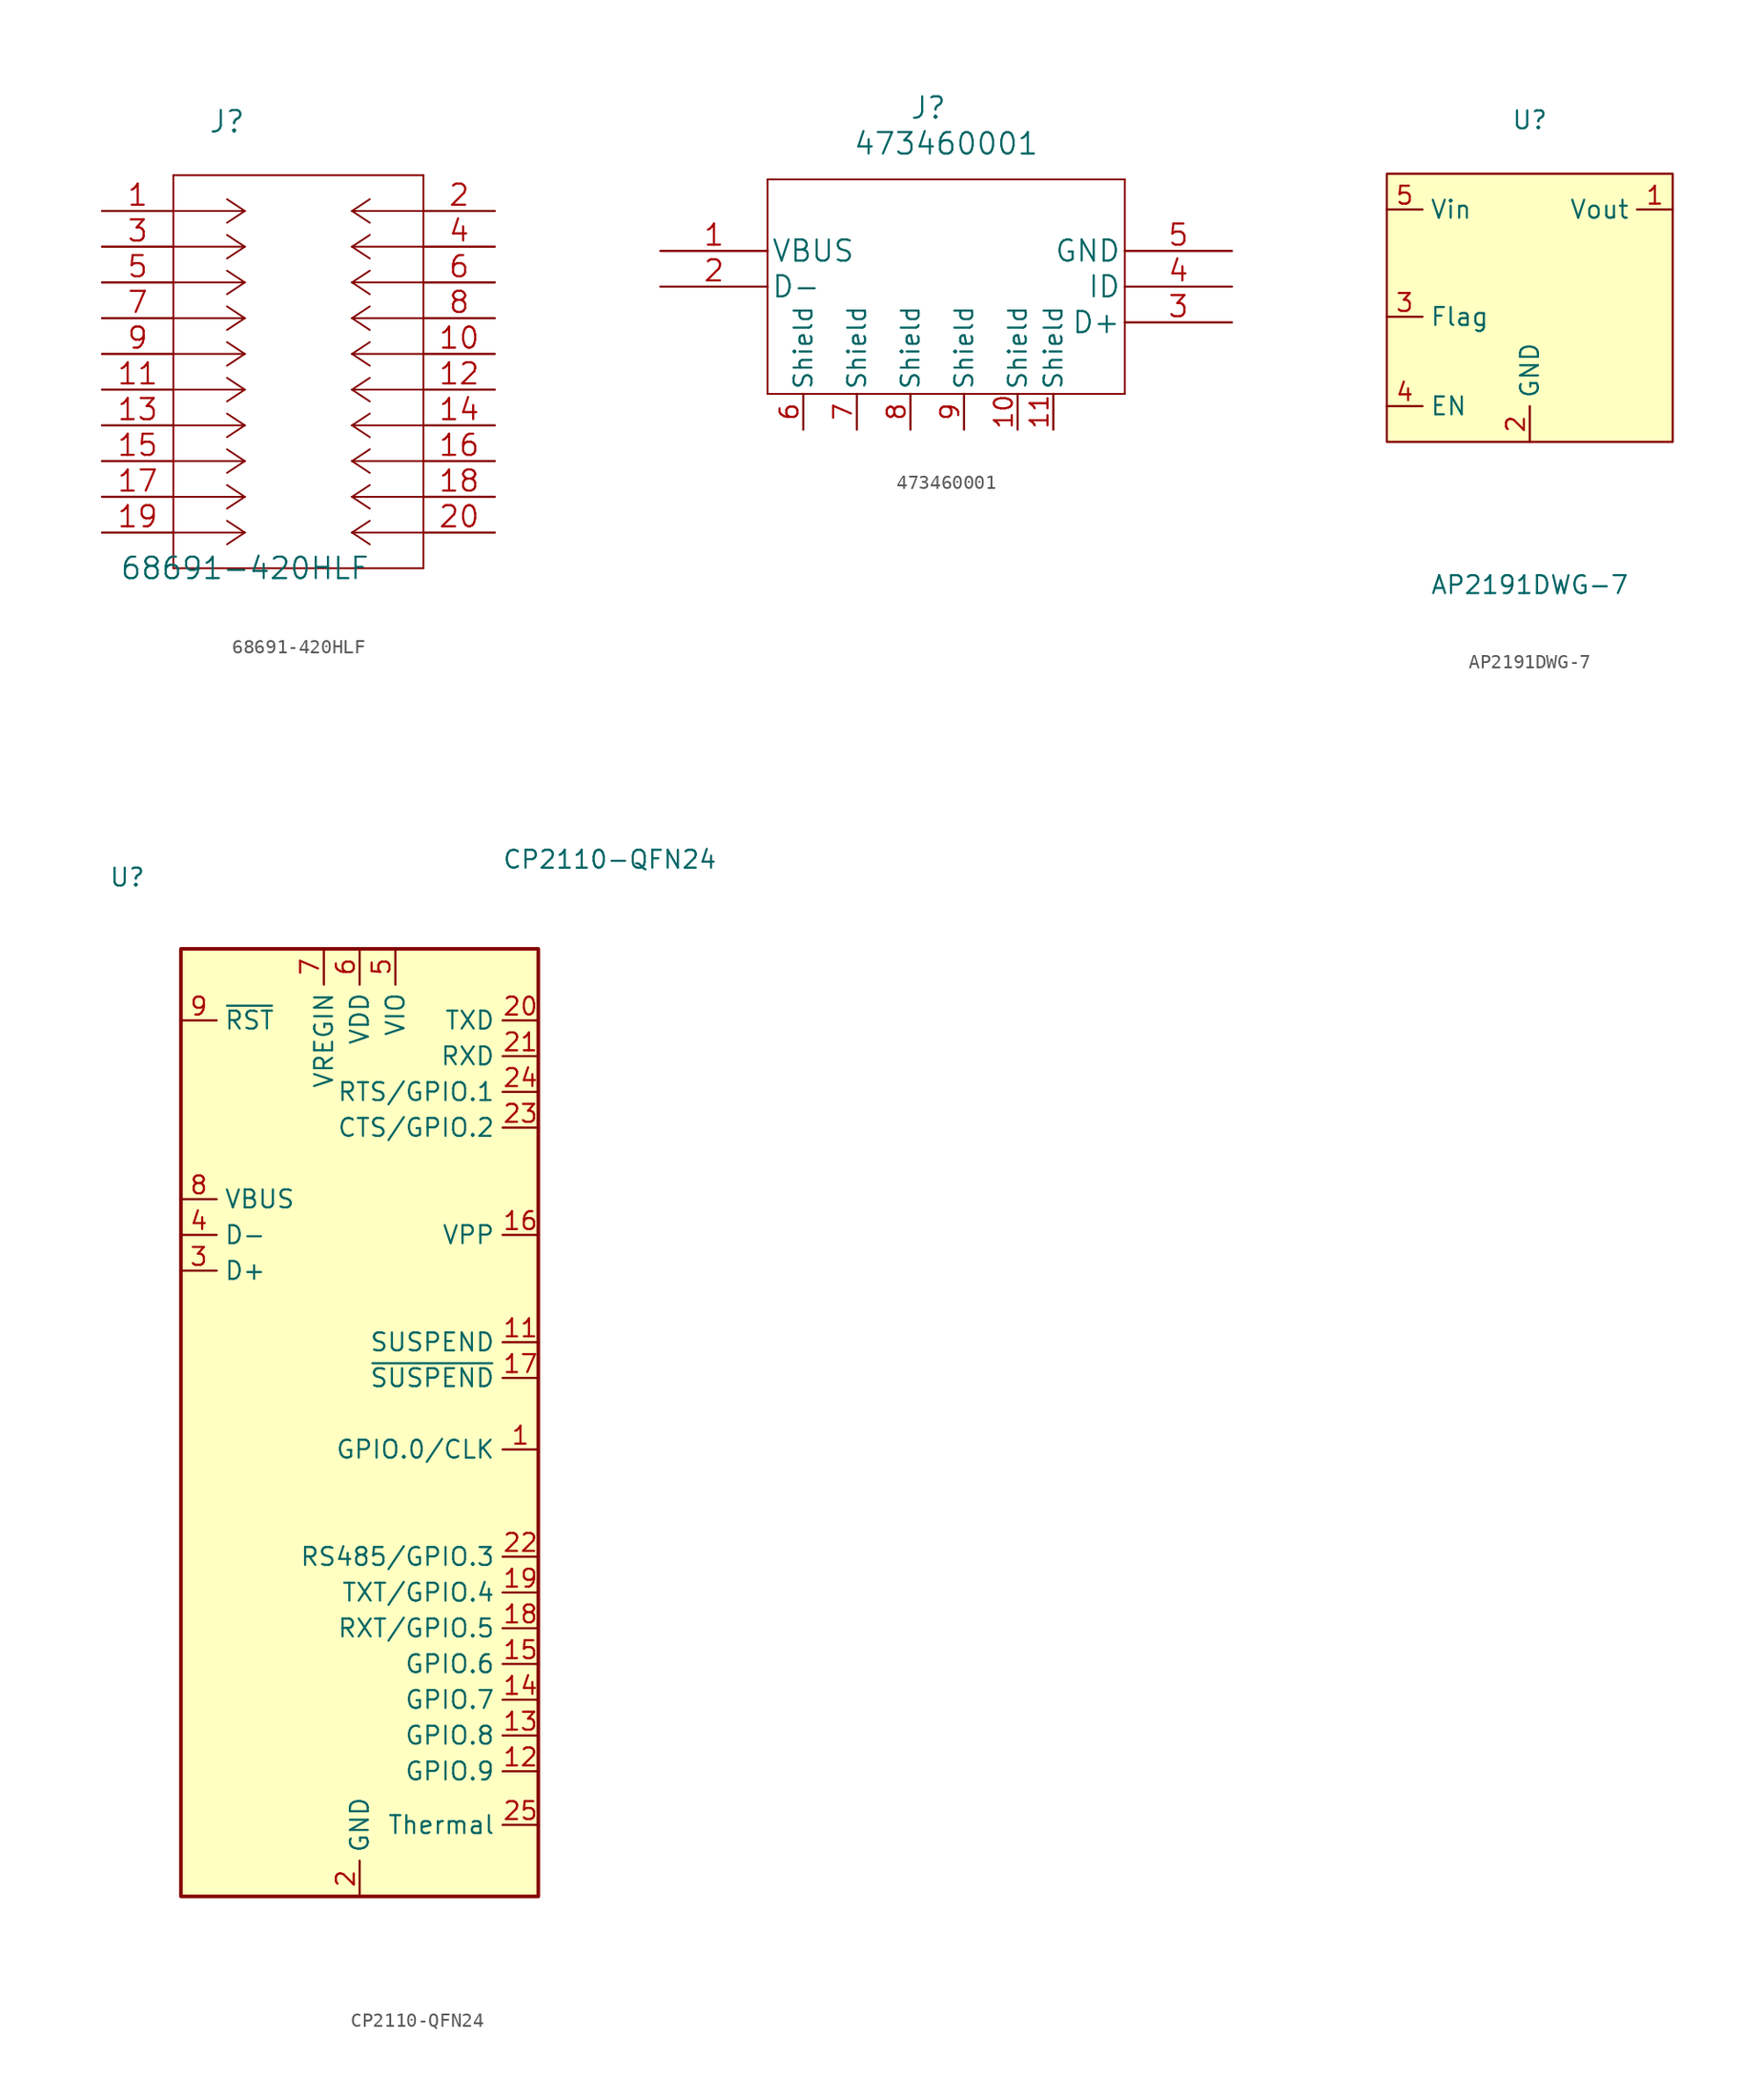
<source format=kicad_sym>
(kicad_symbol_lib
  (version 20211014)
  (generator kicad_symbol_editor)
  (symbol "68691-420HLF"
    (pin_names
      (offset 0.254) hide)
    (property "Reference" "J"
      (at -6.35 19.05 0)
      (effects (font (size 1.524 1.524))))
    (property "Value" "68691-420HLF"
      (at -5.08 -12.7 0)
      (effects (font (size 1.524 1.524))))
    (property "Datasheet" ""
      (at -15.24 12.7 0)
      (effects (font (size 1.524 1.524))))
    (symbol "68691-420HLF_1_1"
      (polyline (pts (xy -10.16 15.24) (xy -10.16 -12.7)) (stroke (width 0.127) (type default) (color 0 0 0 0)) (fill (type none)))
      (polyline (pts (xy -5.08 -10.16) (xy -10.16 -10.16)) (stroke (width 0.127) (type default) (color 0 0 0 0)) (fill (type none)))
      (polyline (pts (xy -5.08 -10.16) (xy -6.35 -10.998)) (stroke (width 0.127) (type default) (color 0 0 0 0)) (fill (type none)))
      (polyline (pts (xy -5.08 -10.16) (xy -6.35 -9.322)) (stroke (width 0.127) (type default) (color 0 0 0 0)) (fill (type none)))
      (polyline (pts (xy -5.08 -7.62) (xy -10.16 -7.62)) (stroke (width 0.127) (type default) (color 0 0 0 0)) (fill (type none)))
      (polyline (pts (xy -5.08 -7.62) (xy -6.35 -8.458)) (stroke (width 0.127) (type default) (color 0 0 0 0)) (fill (type none)))
      (polyline (pts (xy -5.08 -7.62) (xy -6.35 -6.782)) (stroke (width 0.127) (type default) (color 0 0 0 0)) (fill (type none)))
      (polyline (pts (xy -5.08 -5.08) (xy -10.16 -5.08)) (stroke (width 0.127) (type default) (color 0 0 0 0)) (fill (type none)))
      (polyline (pts (xy -5.08 -5.08) (xy -6.35 -5.918)) (stroke (width 0.127) (type default) (color 0 0 0 0)) (fill (type none)))
      (polyline (pts (xy -5.08 -5.08) (xy -6.35 -4.242)) (stroke (width 0.127) (type default) (color 0 0 0 0)) (fill (type none)))
      (polyline (pts (xy -5.08 -2.54) (xy -10.16 -2.54)) (stroke (width 0.127) (type default) (color 0 0 0 0)) (fill (type none)))
      (polyline (pts (xy -5.08 -2.54) (xy -6.35 -3.378)) (stroke (width 0.127) (type default) (color 0 0 0 0)) (fill (type none)))
      (polyline (pts (xy -5.08 -2.54) (xy -6.35 -1.702)) (stroke (width 0.127) (type default) (color 0 0 0 0)) (fill (type none)))
      (polyline (pts (xy -5.08 0) (xy -10.16 0)) (stroke (width 0.127) (type default) (color 0 0 0 0)) (fill (type none)))
      (polyline (pts (xy -5.08 0) (xy -6.35 -0.838)) (stroke (width 0.127) (type default) (color 0 0 0 0)) (fill (type none)))
      (polyline (pts (xy -5.08 0) (xy -6.35 0.838)) (stroke (width 0.127) (type default) (color 0 0 0 0)) (fill (type none)))
      (polyline (pts (xy -5.08 2.54) (xy -10.16 2.54)) (stroke (width 0.127) (type default) (color 0 0 0 0)) (fill (type none)))
      (polyline (pts (xy -5.08 2.54) (xy -6.35 1.702)) (stroke (width 0.127) (type default) (color 0 0 0 0)) (fill (type none)))
      (polyline (pts (xy -5.08 2.54) (xy -6.35 3.378)) (stroke (width 0.127) (type default) (color 0 0 0 0)) (fill (type none)))
      (polyline (pts (xy -5.08 5.08) (xy -10.16 5.08)) (stroke (width 0.127) (type default) (color 0 0 0 0)) (fill (type none)))
      (polyline (pts (xy -5.08 5.08) (xy -6.35 4.242)) (stroke (width 0.127) (type default) (color 0 0 0 0)) (fill (type none)))
      (polyline (pts (xy -5.08 5.08) (xy -6.35 5.918)) (stroke (width 0.127) (type default) (color 0 0 0 0)) (fill (type none)))
      (polyline (pts (xy -5.08 7.62) (xy -10.16 7.62)) (stroke (width 0.127) (type default) (color 0 0 0 0)) (fill (type none)))
      (polyline (pts (xy -5.08 7.62) (xy -6.35 6.782)) (stroke (width 0.127) (type default) (color 0 0 0 0)) (fill (type none)))
      (polyline (pts (xy -5.08 7.62) (xy -6.35 8.458)) (stroke (width 0.127) (type default) (color 0 0 0 0)) (fill (type none)))
      (polyline (pts (xy -5.08 10.16) (xy -10.16 10.16)) (stroke (width 0.127) (type default) (color 0 0 0 0)) (fill (type none)))
      (polyline (pts (xy -5.08 10.16) (xy -6.35 9.322)) (stroke (width 0.127) (type default) (color 0 0 0 0)) (fill (type none)))
      (polyline (pts (xy -5.08 10.16) (xy -6.35 10.998)) (stroke (width 0.127) (type default) (color 0 0 0 0)) (fill (type none)))
      (polyline (pts (xy -5.08 12.7) (xy -10.16 12.7)) (stroke (width 0.127) (type default) (color 0 0 0 0)) (fill (type none)))
      (polyline (pts (xy -5.08 12.7) (xy -6.35 11.862)) (stroke (width 0.127) (type default) (color 0 0 0 0)) (fill (type none)))
      (polyline (pts (xy -5.08 12.7) (xy -6.35 13.538)) (stroke (width 0.127) (type default) (color 0 0 0 0)) (fill (type none)))
      (polyline (pts (xy 2.54 -10.16) (xy 3.81 -10.998)) (stroke (width 0.127) (type default) (color 0 0 0 0)) (fill (type none)))
      (polyline (pts (xy 2.54 -10.16) (xy 3.81 -9.322)) (stroke (width 0.127) (type default) (color 0 0 0 0)) (fill (type none)))
      (polyline (pts (xy 2.54 -10.16) (xy 7.62 -10.16)) (stroke (width 0.127) (type default) (color 0 0 0 0)) (fill (type none)))
      (polyline (pts (xy 2.54 -7.62) (xy 3.81 -8.458)) (stroke (width 0.127) (type default) (color 0 0 0 0)) (fill (type none)))
      (polyline (pts (xy 2.54 -7.62) (xy 3.81 -6.782)) (stroke (width 0.127) (type default) (color 0 0 0 0)) (fill (type none)))
      (polyline (pts (xy 2.54 -7.62) (xy 7.62 -7.62)) (stroke (width 0.127) (type default) (color 0 0 0 0)) (fill (type none)))
      (polyline (pts (xy 2.54 -5.08) (xy 3.81 -5.918)) (stroke (width 0.127) (type default) (color 0 0 0 0)) (fill (type none)))
      (polyline (pts (xy 2.54 -5.08) (xy 3.81 -4.242)) (stroke (width 0.127) (type default) (color 0 0 0 0)) (fill (type none)))
      (polyline (pts (xy 2.54 -5.08) (xy 7.62 -5.08)) (stroke (width 0.127) (type default) (color 0 0 0 0)) (fill (type none)))
      (polyline (pts (xy 2.54 -2.54) (xy 3.81 -3.378)) (stroke (width 0.127) (type default) (color 0 0 0 0)) (fill (type none)))
      (polyline (pts (xy 2.54 -2.54) (xy 3.81 -1.702)) (stroke (width 0.127) (type default) (color 0 0 0 0)) (fill (type none)))
      (polyline (pts (xy 2.54 -2.54) (xy 7.62 -2.54)) (stroke (width 0.127) (type default) (color 0 0 0 0)) (fill (type none)))
      (polyline (pts (xy 2.54 0) (xy 3.81 -0.838)) (stroke (width 0.127) (type default) (color 0 0 0 0)) (fill (type none)))
      (polyline (pts (xy 2.54 0) (xy 3.81 0.838)) (stroke (width 0.127) (type default) (color 0 0 0 0)) (fill (type none)))
      (polyline (pts (xy 2.54 0) (xy 7.62 0)) (stroke (width 0.127) (type default) (color 0 0 0 0)) (fill (type none)))
      (polyline (pts (xy 2.54 2.54) (xy 3.81 1.702)) (stroke (width 0.127) (type default) (color 0 0 0 0)) (fill (type none)))
      (polyline (pts (xy 2.54 2.54) (xy 3.81 3.378)) (stroke (width 0.127) (type default) (color 0 0 0 0)) (fill (type none)))
      (polyline (pts (xy 2.54 2.54) (xy 7.62 2.54)) (stroke (width 0.127) (type default) (color 0 0 0 0)) (fill (type none)))
      (polyline (pts (xy 2.54 5.08) (xy 3.81 4.242)) (stroke (width 0.127) (type default) (color 0 0 0 0)) (fill (type none)))
      (polyline (pts (xy 2.54 5.08) (xy 3.81 5.918)) (stroke (width 0.127) (type default) (color 0 0 0 0)) (fill (type none)))
      (polyline (pts (xy 2.54 5.08) (xy 7.62 5.08)) (stroke (width 0.127) (type default) (color 0 0 0 0)) (fill (type none)))
      (polyline (pts (xy 2.54 7.62) (xy 3.81 6.782)) (stroke (width 0.127) (type default) (color 0 0 0 0)) (fill (type none)))
      (polyline (pts (xy 2.54 7.62) (xy 3.81 8.458)) (stroke (width 0.127) (type default) (color 0 0 0 0)) (fill (type none)))
      (polyline (pts (xy 2.54 7.62) (xy 7.62 7.62)) (stroke (width 0.127) (type default) (color 0 0 0 0)) (fill (type none)))
      (polyline (pts (xy 2.54 10.16) (xy 3.81 9.322)) (stroke (width 0.127) (type default) (color 0 0 0 0)) (fill (type none)))
      (polyline (pts (xy 2.54 10.16) (xy 3.81 10.998)) (stroke (width 0.127) (type default) (color 0 0 0 0)) (fill (type none)))
      (polyline (pts (xy 2.54 10.16) (xy 7.62 10.16)) (stroke (width 0.127) (type default) (color 0 0 0 0)) (fill (type none)))
      (polyline (pts (xy 2.54 12.7) (xy 3.81 11.862)) (stroke (width 0.127) (type default) (color 0 0 0 0)) (fill (type none)))
      (polyline (pts (xy 2.54 12.7) (xy 3.81 13.538)) (stroke (width 0.127) (type default) (color 0 0 0 0)) (fill (type none)))
      (polyline (pts (xy 2.54 12.7) (xy 7.62 12.7)) (stroke (width 0.127) (type default) (color 0 0 0 0)) (fill (type none)))
      (polyline (pts (xy 7.62 -12.7) (xy -10.16 -12.7)) (stroke (width 0.127) (type default) (color 0 0 0 0)) (fill (type none)))
      (polyline (pts (xy 7.62 -12.7) (xy 7.62 15.24)) (stroke (width 0.127) (type default) (color 0 0 0 0)) (fill (type none)))
      (polyline (pts (xy 7.62 15.24) (xy -10.16 15.24)) (stroke (width 0.127) (type default) (color 0 0 0 0)) (fill (type none)))
      (pin passive line (at -15.24 12.7 0) (length 5.08) (name "1" (effects (font (size 1.499 1.499)))) (number "1" (effects (font (size 1.499 1.499)))))
      (pin passive line (at 12.7 2.54 180) (length 5.08) (name "10" (effects (font (size 1.499 1.499)))) (number "10" (effects (font (size 1.499 1.499)))))
      (pin passive line (at -15.24 0 0) (length 5.08) (name "11" (effects (font (size 1.499 1.499)))) (number "11" (effects (font (size 1.499 1.499)))))
      (pin passive line (at 12.7 0 180) (length 5.08) (name "12" (effects (font (size 1.499 1.499)))) (number "12" (effects (font (size 1.499 1.499)))))
      (pin passive line (at -15.24 -2.54 0) (length 5.08) (name "13" (effects (font (size 1.499 1.499)))) (number "13" (effects (font (size 1.499 1.499)))))
      (pin passive line (at 12.7 -2.54 180) (length 5.08) (name "14" (effects (font (size 1.499 1.499)))) (number "14" (effects (font (size 1.499 1.499)))))
      (pin passive line (at -15.24 -5.08 0) (length 5.08) (name "15" (effects (font (size 1.499 1.499)))) (number "15" (effects (font (size 1.499 1.499)))))
      (pin passive line (at 12.7 -5.08 180) (length 5.08) (name "16" (effects (font (size 1.499 1.499)))) (number "16" (effects (font (size 1.499 1.499)))))
      (pin passive line (at -15.24 -7.62 0) (length 5.08) (name "17" (effects (font (size 1.499 1.499)))) (number "17" (effects (font (size 1.499 1.499)))))
      (pin passive line (at 12.7 -7.62 180) (length 5.08) (name "18" (effects (font (size 1.499 1.499)))) (number "18" (effects (font (size 1.499 1.499)))))
      (pin passive line (at -15.24 -10.16 0) (length 5.08) (name "19" (effects (font (size 1.499 1.499)))) (number "19" (effects (font (size 1.499 1.499)))))
      (pin passive line (at 12.7 12.7 180) (length 5.08) (name "2" (effects (font (size 1.499 1.499)))) (number "2" (effects (font (size 1.499 1.499)))))
      (pin passive line (at 12.7 -10.16 180) (length 5.08) (name "20" (effects (font (size 1.499 1.499)))) (number "20" (effects (font (size 1.499 1.499)))))
      (pin passive line (at -15.24 10.16 0) (length 5.08) (name "3" (effects (font (size 1.499 1.499)))) (number "3" (effects (font (size 1.499 1.499)))))
      (pin passive line (at 12.7 10.16 180) (length 5.08) (name "4" (effects (font (size 1.499 1.499)))) (number "4" (effects (font (size 1.499 1.499)))))
      (pin passive line (at -15.24 7.62 0) (length 5.08) (name "5" (effects (font (size 1.499 1.499)))) (number "5" (effects (font (size 1.499 1.499)))))
      (pin passive line (at 12.7 7.62 180) (length 5.08) (name "6" (effects (font (size 1.499 1.499)))) (number "6" (effects (font (size 1.499 1.499)))))
      (pin passive line (at -15.24 5.08 0) (length 5.08) (name "7" (effects (font (size 1.499 1.499)))) (number "7" (effects (font (size 1.499 1.499)))))
      (pin passive line (at 12.7 5.08 180) (length 5.08) (name "8" (effects (font (size 1.499 1.499)))) (number "8" (effects (font (size 1.499 1.499)))))
      (pin passive line (at -15.24 2.54 0) (length 5.08) (name "9" (effects (font (size 1.499 1.499)))) (number "9" (effects (font (size 1.499 1.499)))))))
  (symbol "473460001"
    (pin_names
      (offset 0.254))
    (property "Reference" "J"
      (at 19.05 10.16 0)
      (effects (font (size 1.524 1.524))))
    (property "Value" "473460001"
      (at 20.32 7.62 0)
      (effects (font (size 1.524 1.524))))
    (property "Datasheet" ""
      (at 0 0 0)
      (effects (font (size 1.524 1.524))))
    (property "ki_locked" ""
      (at 0 0 0)
      (effects (font (size 1.27 1.27))))
    (symbol "473460001_1_1"
      (polyline (pts (xy 7.62 -10.16) (xy 33.02 -10.16)) (stroke (width 0.127) (type default) (color 0 0 0 0)) (fill (type none)))
      (polyline (pts (xy 7.62 5.08) (xy 7.62 -10.16)) (stroke (width 0.127) (type default) (color 0 0 0 0)) (fill (type none)))
      (polyline (pts (xy 33.02 -10.16) (xy 33.02 5.08)) (stroke (width 0.127) (type default) (color 0 0 0 0)) (fill (type none)))
      (polyline (pts (xy 33.02 5.08) (xy 7.62 5.08)) (stroke (width 0.127) (type default) (color 0 0 0 0)) (fill (type none)))
      (pin power_out line (at 0 0 0) (length 7.62) (name "VBUS" (effects (font (size 1.499 1.499)))) (number "1" (effects (font (size 1.499 1.499)))))
      (pin power_in line (at 25.4 -12.7 90) (length 2.54) (name "Shield" (effects (font (size 1.27 1.27)))) (number "10" (effects (font (size 1.27 1.27)))))
      (pin power_in line (at 27.94 -12.7 90) (length 2.54) (name "Shield" (effects (font (size 1.27 1.27)))) (number "11" (effects (font (size 1.27 1.27)))))
      (pin bidirectional line (at 0 -2.54 0) (length 7.62) (name "D-" (effects (font (size 1.499 1.499)))) (number "2" (effects (font (size 1.499 1.499)))))
      (pin bidirectional line (at 40.64 -5.08 180) (length 7.62) (name "D+" (effects (font (size 1.499 1.499)))) (number "3" (effects (font (size 1.499 1.499)))))
      (pin unspecified line (at 40.64 -2.54 180) (length 7.62) (name "ID" (effects (font (size 1.499 1.499)))) (number "4" (effects (font (size 1.499 1.499)))))
      (pin power_in line (at 40.64 0 180) (length 7.62) (name "GND" (effects (font (size 1.499 1.499)))) (number "5" (effects (font (size 1.499 1.499)))))
      (pin power_in line (at 10.16 -12.7 90) (length 2.54) (name "Shield" (effects (font (size 1.27 1.27)))) (number "6" (effects (font (size 1.27 1.27)))))
      (pin power_in line (at 13.97 -12.7 90) (length 2.54) (name "Shield" (effects (font (size 1.27 1.27)))) (number "7" (effects (font (size 1.27 1.27)))))
      (pin power_in line (at 17.78 -12.7 90) (length 2.54) (name "Shield" (effects (font (size 1.27 1.27)))) (number "8" (effects (font (size 1.27 1.27)))))
      (pin power_in line (at 21.59 -12.7 90) (length 2.54) (name "Shield" (effects (font (size 1.27 1.27)))) (number "9" (effects (font (size 1.27 1.27)))))))
  (symbol "AP2191DWG-7"
    (property "Reference" "U"
      (at 0 30.48 0)
      (effects (font (size 1.27 1.27))))
    (property "Value" "AP2191DWG-7"
      (at 0 -2.54 0)
      (effects (font (size 1.27 1.27))))
    (symbol "AP2191DWG-7_0_1"
      (rectangle (start -10.16 26.67) (end 10.16 7.62) (stroke (width 0) (type default) (color 0 0 0 0)) (fill (type background))))
    (symbol "AP2191DWG-7_1_1"
      (pin power_out line (at 10.16 24.13 180) (length 2.54) (name "Vout" (effects (font (size 1.27 1.27)))) (number "1" (effects (font (size 1.27 1.27)))))
      (pin power_in line (at 0 7.62 90) (length 2.54) (name "GND" (effects (font (size 1.27 1.27)))) (number "2" (effects (font (size 1.27 1.27)))))
      (pin input line (at -10.16 16.51 0) (length 2.54) (name "Flag" (effects (font (size 1.27 1.27)))) (number "3" (effects (font (size 1.27 1.27)))))
      (pin input line (at -10.16 10.16 0) (length 2.54) (name "EN" (effects (font (size 1.27 1.27)))) (number "4" (effects (font (size 1.27 1.27)))))
      (pin power_in line (at -10.16 24.13 0) (length 2.54) (name "Vin" (effects (font (size 1.27 1.27)))) (number "5" (effects (font (size 1.27 1.27)))))))
  (symbol "CP2110-QFN24"
    (property "Reference" "U"
      (at -16.51 45.72 0)
      (effects (font (size 1.27 1.27))))
    (property "Value" "CP2110-QFN24"
      (at 17.78 46.99 0)
      (effects (font (size 1.27 1.27))))
    (symbol "CP2110-QFN24_0_1"
      (rectangle (start -12.7 40.64) (end 12.7 -26.67) (stroke (width 0.254) (type default) (color 0 0 0 0)) (fill (type background))))
    (symbol "CP2110-QFN24_1_1"
      (pin bidirectional line (at 12.7 5.08 180) (length 2.54) (name "GPIO.0/CLK" (effects (font (size 1.27 1.27)))) (number "1" (effects (font (size 1.27 1.27)))))
      (pin no_connect line (at -12.7 -10.16 0) (length 2.54) hide (name "NC" (effects (font (size 1.27 1.27)))) (number "10" (effects (font (size 1.27 1.27)))))
      (pin output line (at 12.7 12.7 180) (length 2.54) (name "SUSPEND" (effects (font (size 1.27 1.27)))) (number "11" (effects (font (size 1.27 1.27)))))
      (pin bidirectional line (at 12.7 -17.78 180) (length 2.54) (name "GPIO.9" (effects (font (size 1.27 1.27)))) (number "12" (effects (font (size 1.27 1.27)))))
      (pin bidirectional line (at 12.7 -15.24 180) (length 2.54) (name "GPIO.8" (effects (font (size 1.27 1.27)))) (number "13" (effects (font (size 1.27 1.27)))))
      (pin bidirectional line (at 12.7 -12.7 180) (length 2.54) (name "GPIO.7" (effects (font (size 1.27 1.27)))) (number "14" (effects (font (size 1.27 1.27)))))
      (pin bidirectional line (at 12.7 -10.16 180) (length 2.54) (name "GPIO.6" (effects (font (size 1.27 1.27)))) (number "15" (effects (font (size 1.27 1.27)))))
      (pin passive line (at 12.7 20.32 180) (length 2.54) (name "VPP" (effects (font (size 1.27 1.27)))) (number "16" (effects (font (size 1.27 1.27)))))
      (pin output line (at 12.7 10.16 180) (length 2.54) (name "~{SUSPEND}" (effects (font (size 1.27 1.27)))) (number "17" (effects (font (size 1.27 1.27)))))
      (pin bidirectional line (at 12.7 -7.62 180) (length 2.54) (name "RXT/GPIO.5" (effects (font (size 1.27 1.27)))) (number "18" (effects (font (size 1.27 1.27)))))
      (pin bidirectional line (at 12.7 -5.08 180) (length 2.54) (name "TXT/GPIO.4" (effects (font (size 1.27 1.27)))) (number "19" (effects (font (size 1.27 1.27)))))
      (pin power_in line (at 0 -26.67 90) (length 2.54) (name "GND" (effects (font (size 1.27 1.27)))) (number "2" (effects (font (size 1.27 1.27)))))
      (pin output line (at 12.7 35.56 180) (length 2.54) (name "TXD" (effects (font (size 1.27 1.27)))) (number "20" (effects (font (size 1.27 1.27)))))
      (pin input line (at 12.7 33.02 180) (length 2.54) (name "RXD" (effects (font (size 1.27 1.27)))) (number "21" (effects (font (size 1.27 1.27)))))
      (pin bidirectional line (at 12.7 -2.54 180) (length 2.54) (name "RS485/GPIO.3" (effects (font (size 1.27 1.27)))) (number "22" (effects (font (size 1.27 1.27)))))
      (pin bidirectional line (at 12.7 27.94 180) (length 2.54) (name "CTS/GPIO.2" (effects (font (size 1.27 1.27)))) (number "23" (effects (font (size 1.27 1.27)))))
      (pin bidirectional line (at 12.7 30.48 180) (length 2.54) (name "RTS/GPIO.1" (effects (font (size 1.27 1.27)))) (number "24" (effects (font (size 1.27 1.27)))))
      (pin power_in line (at 12.7 -21.59 180) (length 2.54) (name "Thermal" (effects (font (size 1.27 1.27)))) (number "25" (effects (font (size 1.27 1.27)))))
      (pin bidirectional line (at -12.7 17.78 0) (length 2.54) (name "D+" (effects (font (size 1.27 1.27)))) (number "3" (effects (font (size 1.27 1.27)))))
      (pin bidirectional line (at -12.7 20.32 0) (length 2.54) (name "D-" (effects (font (size 1.27 1.27)))) (number "4" (effects (font (size 1.27 1.27)))))
      (pin power_in line (at 2.54 40.64 270) (length 2.54) (name "VIO" (effects (font (size 1.27 1.27)))) (number "5" (effects (font (size 1.27 1.27)))))
      (pin power_in line (at 0 40.64 270) (length 2.54) (name "VDD" (effects (font (size 1.27 1.27)))) (number "6" (effects (font (size 1.27 1.27)))))
      (pin power_in line (at -2.54 40.64 270) (length 2.54) (name "VREGIN" (effects (font (size 1.27 1.27)))) (number "7" (effects (font (size 1.27 1.27)))))
      (pin input line (at -12.7 22.86 0) (length 2.54) (name "VBUS" (effects (font (size 1.27 1.27)))) (number "8" (effects (font (size 1.27 1.27)))))
      (pin input line (at -12.7 35.56 0) (length 2.54) (name "~{RST}" (effects (font (size 1.27 1.27)))) (number "9" (effects (font (size 1.27 1.27))))))))
</source>
